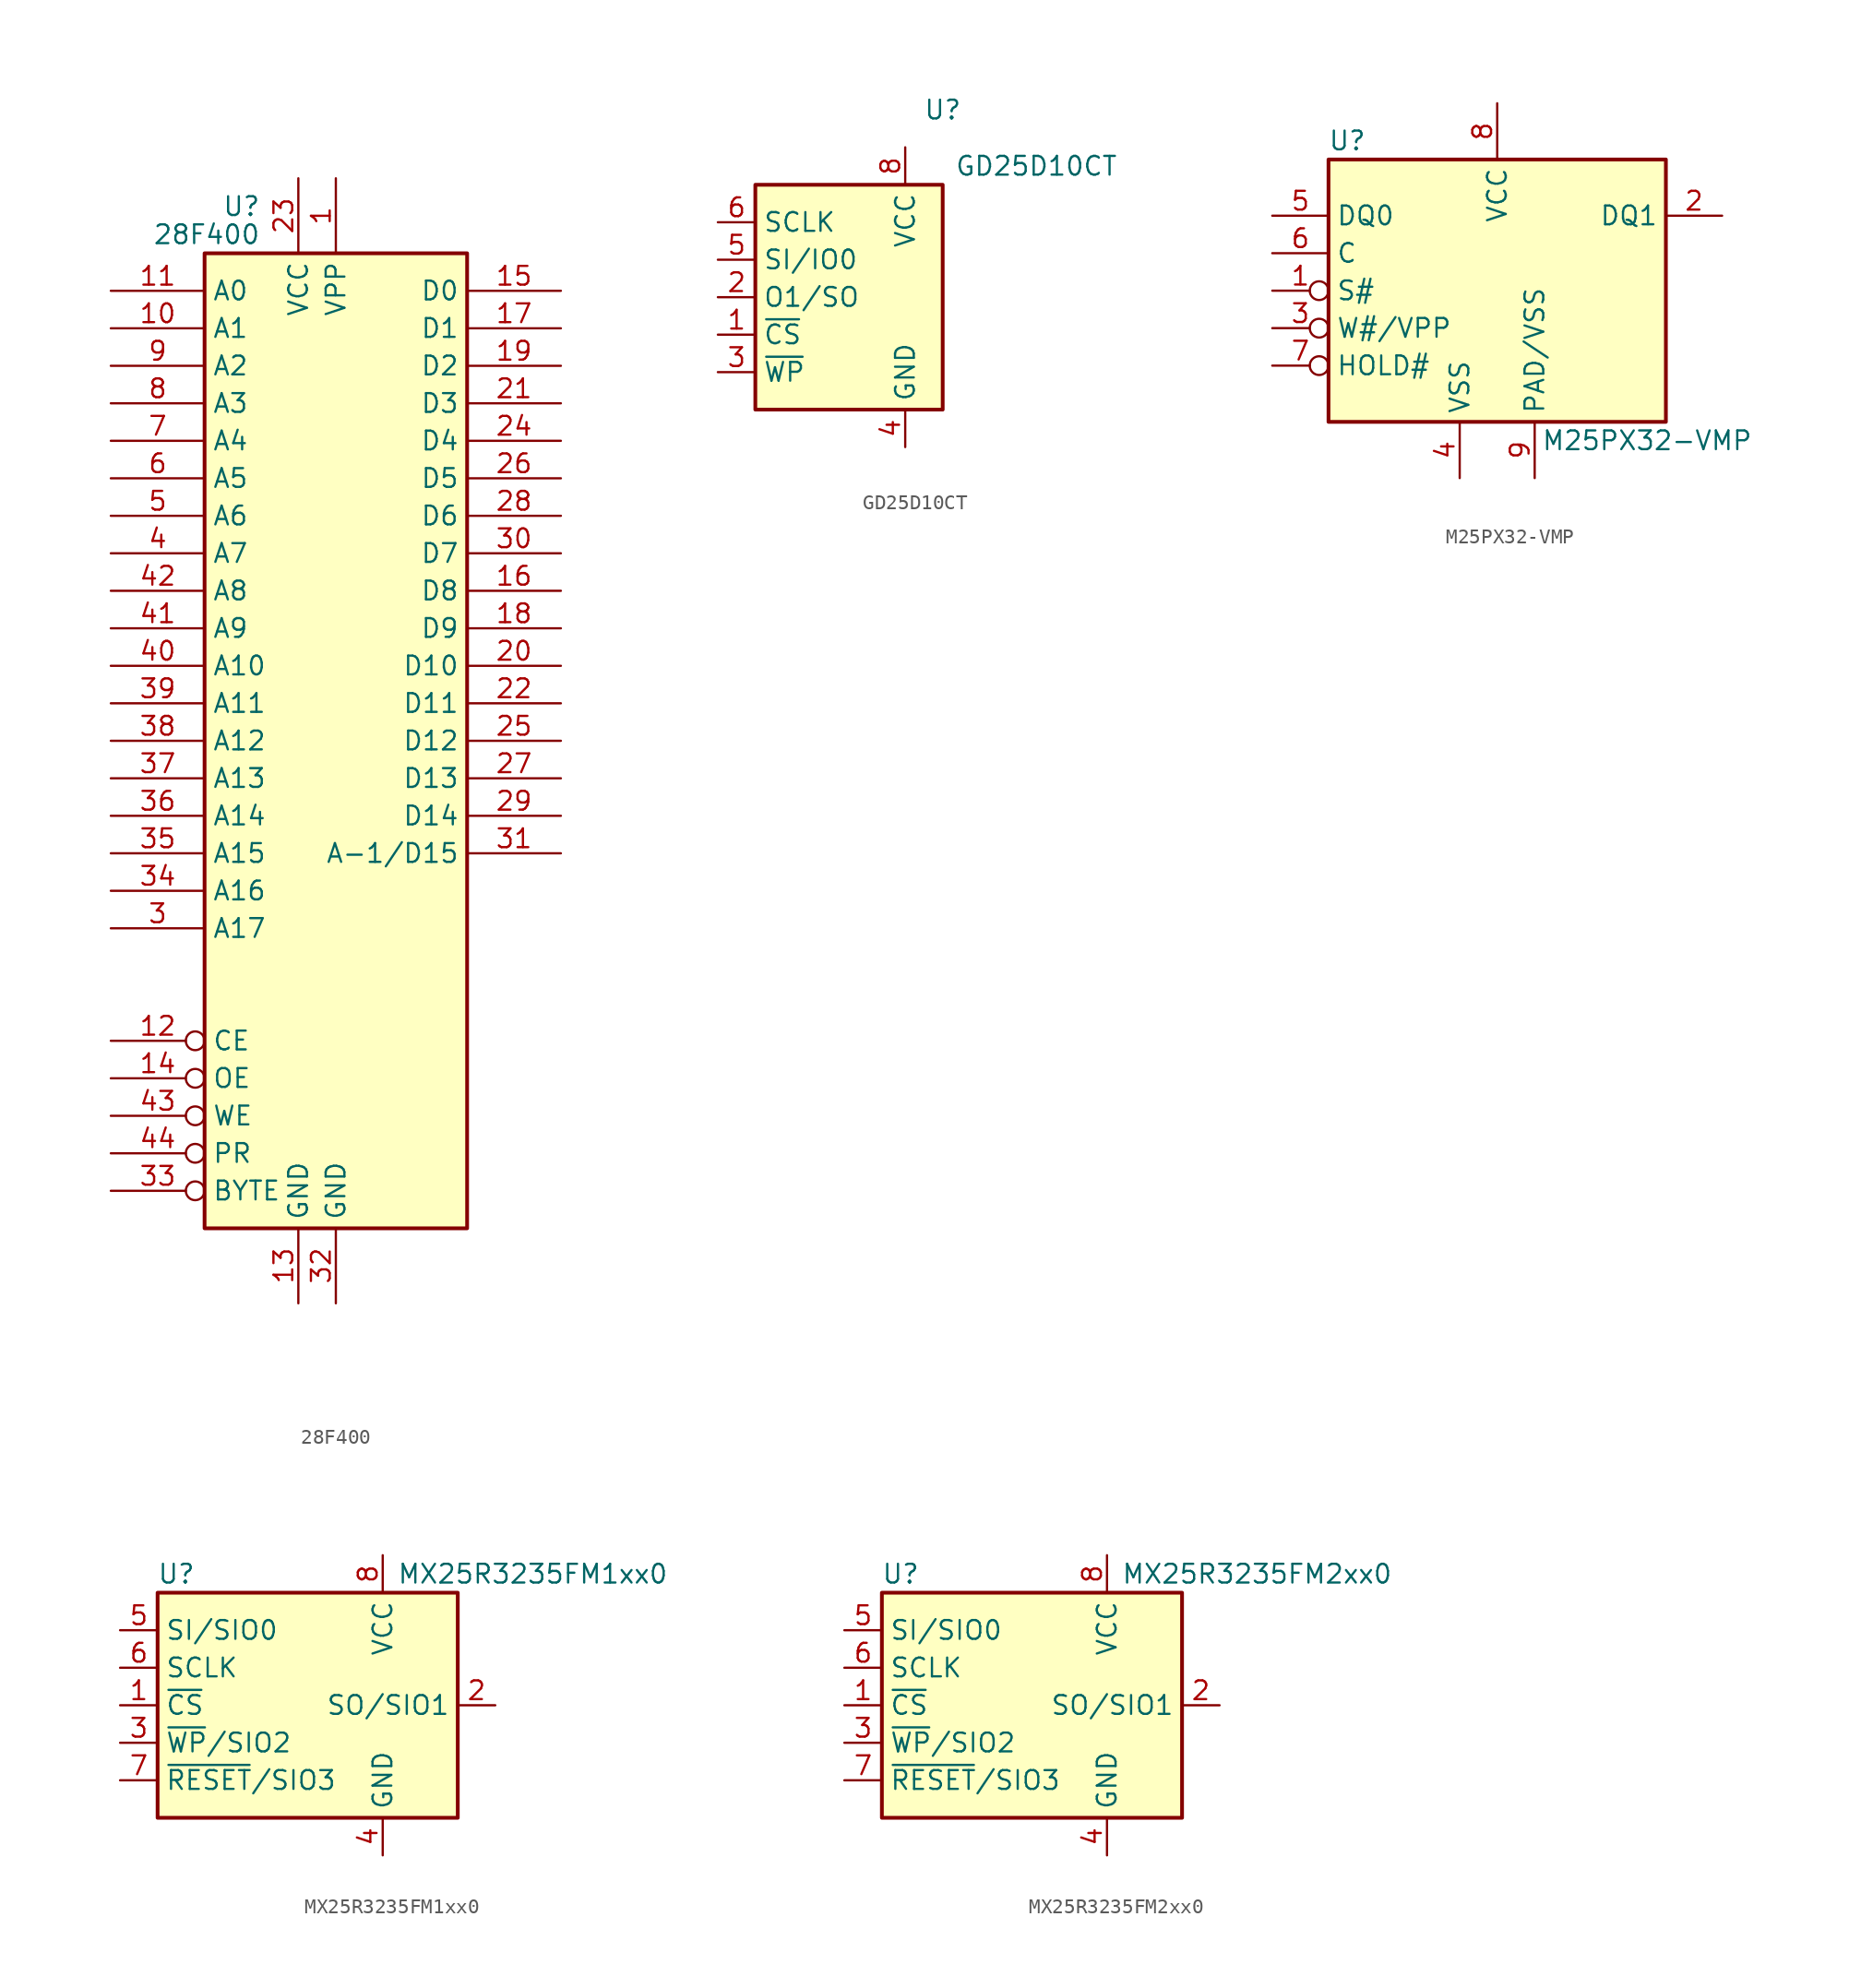
<source format=kicad_sym>
(kicad_symbol_lib
  (version 20220914)
  (generator kicad_symbol_editor)
  (symbol "28F400"
    (property "Reference" "U"
      (at -5.08 36.195 0)
      (effects (font (size 1.27 1.27)) (justify right)))
    (property "Value" "28F400"
      (at -5.08 34.29 0)
      (effects (font (size 1.27 1.27)) (justify right)))
    (symbol "28F400_0_1"
      (rectangle (start -8.89 33.02) (end 8.89 -33.02) (stroke (width 0.254) (type default)) (fill (type background))))
    (symbol "28F400_1_1"
      (pin power_in line (at 0 38.1 270) (length 5.08) (name "VPP" (effects (font (size 1.27 1.27)))) (number "1" (effects (font (size 1.27 1.27)))))
      (pin input line (at -15.24 27.94 0) (length 6.35) (name "A1" (effects (font (size 1.27 1.27)))) (number "10" (effects (font (size 1.27 1.27)))))
      (pin input line (at -15.24 30.48 0) (length 6.35) (name "A0" (effects (font (size 1.27 1.27)))) (number "11" (effects (font (size 1.27 1.27)))))
      (pin input inverted (at -15.24 -20.32 0) (length 6.35) (name "CE" (effects (font (size 1.27 1.27)))) (number "12" (effects (font (size 1.27 1.27)))))
      (pin power_in line (at -2.54 -38.1 90) (length 5.08) (name "GND" (effects (font (size 1.27 1.27)))) (number "13" (effects (font (size 1.27 1.27)))))
      (pin input inverted (at -15.24 -22.86 0) (length 6.35) (name "OE" (effects (font (size 1.27 1.27)))) (number "14" (effects (font (size 1.27 1.27)))))
      (pin tri_state line (at 15.24 30.48 180) (length 6.35) (name "D0" (effects (font (size 1.27 1.27)))) (number "15" (effects (font (size 1.27 1.27)))))
      (pin tri_state line (at 15.24 10.16 180) (length 6.35) (name "D8" (effects (font (size 1.27 1.27)))) (number "16" (effects (font (size 1.27 1.27)))))
      (pin tri_state line (at 15.24 27.94 180) (length 6.35) (name "D1" (effects (font (size 1.27 1.27)))) (number "17" (effects (font (size 1.27 1.27)))))
      (pin tri_state line (at 15.24 7.62 180) (length 6.35) (name "D9" (effects (font (size 1.27 1.27)))) (number "18" (effects (font (size 1.27 1.27)))))
      (pin tri_state line (at 15.24 25.4 180) (length 6.35) (name "D2" (effects (font (size 1.27 1.27)))) (number "19" (effects (font (size 1.27 1.27)))))
      (pin no_connect line (at 15.24 -30.48 180) (length 6.35) hide (name "DU" (effects (font (size 1.27 1.27)))) (number "2" (effects (font (size 1.27 1.27)))))
      (pin tri_state line (at 15.24 5.08 180) (length 6.35) (name "D10" (effects (font (size 1.27 1.27)))) (number "20" (effects (font (size 1.27 1.27)))))
      (pin tri_state line (at 15.24 22.86 180) (length 6.35) (name "D3" (effects (font (size 1.27 1.27)))) (number "21" (effects (font (size 1.27 1.27)))))
      (pin tri_state line (at 15.24 2.54 180) (length 6.35) (name "D11" (effects (font (size 1.27 1.27)))) (number "22" (effects (font (size 1.27 1.27)))))
      (pin power_in line (at -2.54 38.1 270) (length 5.08) (name "VCC" (effects (font (size 1.27 1.27)))) (number "23" (effects (font (size 1.27 1.27)))))
      (pin tri_state line (at 15.24 20.32 180) (length 6.35) (name "D4" (effects (font (size 1.27 1.27)))) (number "24" (effects (font (size 1.27 1.27)))))
      (pin tri_state line (at 15.24 0 180) (length 6.35) (name "D12" (effects (font (size 1.27 1.27)))) (number "25" (effects (font (size 1.27 1.27)))))
      (pin tri_state line (at 15.24 17.78 180) (length 6.35) (name "D5" (effects (font (size 1.27 1.27)))) (number "26" (effects (font (size 1.27 1.27)))))
      (pin tri_state line (at 15.24 -2.54 180) (length 6.35) (name "D13" (effects (font (size 1.27 1.27)))) (number "27" (effects (font (size 1.27 1.27)))))
      (pin tri_state line (at 15.24 15.24 180) (length 6.35) (name "D6" (effects (font (size 1.27 1.27)))) (number "28" (effects (font (size 1.27 1.27)))))
      (pin tri_state line (at 15.24 -5.08 180) (length 6.35) (name "D14" (effects (font (size 1.27 1.27)))) (number "29" (effects (font (size 1.27 1.27)))))
      (pin input line (at -15.24 -12.7 0) (length 6.35) (name "A17" (effects (font (size 1.27 1.27)))) (number "3" (effects (font (size 1.27 1.27)))))
      (pin tri_state line (at 15.24 12.7 180) (length 6.35) (name "D7" (effects (font (size 1.27 1.27)))) (number "30" (effects (font (size 1.27 1.27)))))
      (pin tri_state line (at 15.24 -7.62 180) (length 6.35) (name "A-1/D15" (effects (font (size 1.27 1.27)))) (number "31" (effects (font (size 1.27 1.27)))))
      (pin power_in line (at 0 -38.1 90) (length 5.08) (name "GND" (effects (font (size 1.27 1.27)))) (number "32" (effects (font (size 1.27 1.27)))))
      (pin input inverted (at -15.24 -30.48 0) (length 6.35) (name "BYTE" (effects (font (size 1.27 1.27)))) (number "33" (effects (font (size 1.27 1.27)))))
      (pin input line (at -15.24 -10.16 0) (length 6.35) (name "A16" (effects (font (size 1.27 1.27)))) (number "34" (effects (font (size 1.27 1.27)))))
      (pin input line (at -15.24 -7.62 0) (length 6.35) (name "A15" (effects (font (size 1.27 1.27)))) (number "35" (effects (font (size 1.27 1.27)))))
      (pin input line (at -15.24 -5.08 0) (length 6.35) (name "A14" (effects (font (size 1.27 1.27)))) (number "36" (effects (font (size 1.27 1.27)))))
      (pin input line (at -15.24 -2.54 0) (length 6.35) (name "A13" (effects (font (size 1.27 1.27)))) (number "37" (effects (font (size 1.27 1.27)))))
      (pin input line (at -15.24 0 0) (length 6.35) (name "A12" (effects (font (size 1.27 1.27)))) (number "38" (effects (font (size 1.27 1.27)))))
      (pin input line (at -15.24 2.54 0) (length 6.35) (name "A11" (effects (font (size 1.27 1.27)))) (number "39" (effects (font (size 1.27 1.27)))))
      (pin input line (at -15.24 12.7 0) (length 6.35) (name "A7" (effects (font (size 1.27 1.27)))) (number "4" (effects (font (size 1.27 1.27)))))
      (pin input line (at -15.24 5.08 0) (length 6.35) (name "A10" (effects (font (size 1.27 1.27)))) (number "40" (effects (font (size 1.27 1.27)))))
      (pin input line (at -15.24 7.62 0) (length 6.35) (name "A9" (effects (font (size 1.27 1.27)))) (number "41" (effects (font (size 1.27 1.27)))))
      (pin input line (at -15.24 10.16 0) (length 6.35) (name "A8" (effects (font (size 1.27 1.27)))) (number "42" (effects (font (size 1.27 1.27)))))
      (pin input inverted (at -15.24 -25.4 0) (length 6.35) (name "WE" (effects (font (size 1.27 1.27)))) (number "43" (effects (font (size 1.27 1.27)))))
      (pin input inverted (at -15.24 -27.94 0) (length 6.35) (name "PR" (effects (font (size 1.27 1.27)))) (number "44" (effects (font (size 1.27 1.27)))))
      (pin input line (at -15.24 15.24 0) (length 6.35) (name "A6" (effects (font (size 1.27 1.27)))) (number "5" (effects (font (size 1.27 1.27)))))
      (pin input line (at -15.24 17.78 0) (length 6.35) (name "A5" (effects (font (size 1.27 1.27)))) (number "6" (effects (font (size 1.27 1.27)))))
      (pin input line (at -15.24 20.32 0) (length 6.35) (name "A4" (effects (font (size 1.27 1.27)))) (number "7" (effects (font (size 1.27 1.27)))))
      (pin input line (at -15.24 22.86 0) (length 6.35) (name "A3" (effects (font (size 1.27 1.27)))) (number "8" (effects (font (size 1.27 1.27)))))
      (pin input line (at -15.24 25.4 0) (length 6.35) (name "A2" (effects (font (size 1.27 1.27)))) (number "9" (effects (font (size 1.27 1.27)))))))
  (symbol "GD25D10CT"
    (property "Reference" "U"
      (at 2.54 12.7 0)
      (effects (font (size 1.27 1.27))))
    (property "Value" "GD25D10CT"
      (at 8.89 8.89 0)
      (effects (font (size 1.27 1.27))))
    (symbol "GD25D10CT_1_1"
      (rectangle (start -10.16 7.62) (end 2.54 -7.62) (stroke (width 0.254) (type default)) (fill (type background)))
      (pin input line (at -12.7 -2.54 0) (length 2.54) (name "~{CS}" (effects (font (size 1.27 1.27)))) (number "1" (effects (font (size 1.27 1.27)))))
      (pin output line (at -12.7 0 0) (length 2.54) (name "O1/SO" (effects (font (size 1.27 1.27)))) (number "2" (effects (font (size 1.27 1.27)))))
      (pin input line (at -12.7 -5.08 0) (length 2.54) (name "~{WP}" (effects (font (size 1.27 1.27)))) (number "3" (effects (font (size 1.27 1.27)))))
      (pin power_in line (at 0 -10.16 90) (length 2.54) (name "GND" (effects (font (size 1.27 1.27)))) (number "4" (effects (font (size 1.27 1.27)))))
      (pin bidirectional line (at -12.7 2.54 0) (length 2.54) (name "SI/IO0" (effects (font (size 1.27 1.27)))) (number "5" (effects (font (size 1.27 1.27)))))
      (pin input line (at -12.7 5.08 0) (length 2.54) (name "SCLK" (effects (font (size 1.27 1.27)))) (number "6" (effects (font (size 1.27 1.27)))))
      (pin no_connect line (at 10.16 -6.35 180) (length 2.54) hide (name "NC" (effects (font (size 1.27 1.27)))) (number "7" (effects (font (size 1.27 1.27)))))
      (pin power_in line (at 0 10.16 270) (length 2.54) (name "VCC" (effects (font (size 1.27 1.27)))) (number "8" (effects (font (size 1.27 1.27)))))))
  (symbol "M25PX32-VMP"
    (property "Reference" "U"
      (at -10.16 10.16 0)
      (effects (font (size 1.27 1.27))))
    (property "Value" "M25PX32-VMP"
      (at 10.16 -10.16 0)
      (effects (font (size 1.27 1.27))))
    (symbol "M25PX32-VMP_0_1"
      (rectangle (start -11.43 8.89) (end 11.43 -8.89) (stroke (width 0.254) (type default)) (fill (type background))))
    (symbol "M25PX32-VMP_1_1"
      (pin input inverted (at -15.24 0 0) (length 3.81) (name "S#" (effects (font (size 1.27 1.27)))) (number "1" (effects (font (size 1.27 1.27)))))
      (pin bidirectional line (at 15.24 5.08 180) (length 3.81) (name "DQ1" (effects (font (size 1.27 1.27)))) (number "2" (effects (font (size 1.27 1.27)))))
      (pin input inverted (at -15.24 -2.54 0) (length 3.81) (name "W#/VPP" (effects (font (size 1.27 1.27)))) (number "3" (effects (font (size 1.27 1.27)))))
      (pin power_in line (at -2.54 -12.7 90) (length 3.81) (name "VSS" (effects (font (size 1.27 1.27)))) (number "4" (effects (font (size 1.27 1.27)))))
      (pin bidirectional line (at -15.24 5.08 0) (length 3.81) (name "DQ0" (effects (font (size 1.27 1.27)))) (number "5" (effects (font (size 1.27 1.27)))))
      (pin input line (at -15.24 2.54 0) (length 3.81) (name "C" (effects (font (size 1.27 1.27)))) (number "6" (effects (font (size 1.27 1.27)))))
      (pin input inverted (at -15.24 -5.08 0) (length 3.81) (name "HOLD#" (effects (font (size 1.27 1.27)))) (number "7" (effects (font (size 1.27 1.27)))))
      (pin power_in line (at 0 12.7 270) (length 3.81) (name "VCC" (effects (font (size 1.27 1.27)))) (number "8" (effects (font (size 1.27 1.27)))))
      (pin power_in line (at 2.54 -12.7 90) (length 3.81) (name "PAD/VSS" (effects (font (size 1.27 1.27)))) (number "9" (effects (font (size 1.27 1.27)))))))
  (symbol "MX25R3235FM1xx0"
    (property "Reference" "U"
      (at -8.89 8.89 0)
      (effects (font (size 1.27 1.27))))
    (property "Value" "MX25R3235FM1xx0"
      (at 15.24 8.89 0)
      (effects (font (size 1.27 1.27))))
    (symbol "MX25R3235FM1xx0_1_1"
      (rectangle (start -10.16 7.62) (end 10.16 -7.62) (stroke (width 0.254) (type default)) (fill (type background)))
      (pin input line (at -12.7 0 0) (length 2.54) (name "~{CS}" (effects (font (size 1.27 1.27)))) (number "1" (effects (font (size 1.27 1.27)))))
      (pin bidirectional line (at 12.7 0 180) (length 2.54) (name "SO/SIO1" (effects (font (size 1.27 1.27)))) (number "2" (effects (font (size 1.27 1.27)))))
      (pin bidirectional line (at -12.7 -2.54 0) (length 2.54) (name "~{WP}/SIO2" (effects (font (size 1.27 1.27)))) (number "3" (effects (font (size 1.27 1.27)))))
      (pin power_in line (at 5.08 -10.16 90) (length 2.54) (name "GND" (effects (font (size 1.27 1.27)))) (number "4" (effects (font (size 1.27 1.27)))))
      (pin bidirectional line (at -12.7 5.08 0) (length 2.54) (name "SI/SIO0" (effects (font (size 1.27 1.27)))) (number "5" (effects (font (size 1.27 1.27)))))
      (pin input line (at -12.7 2.54 0) (length 2.54) (name "SCLK" (effects (font (size 1.27 1.27)))) (number "6" (effects (font (size 1.27 1.27)))))
      (pin bidirectional line (at -12.7 -5.08 0) (length 2.54) (name "~{RESET}/SIO3" (effects (font (size 1.27 1.27)))) (number "7" (effects (font (size 1.27 1.27)))))
      (pin power_in line (at 5.08 10.16 270) (length 2.54) (name "VCC" (effects (font (size 1.27 1.27)))) (number "8" (effects (font (size 1.27 1.27)))))))
  (symbol "MX25R3235FM2xx0"
    (property "Reference" "U"
      (at -8.89 8.89 0)
      (effects (font (size 1.27 1.27))))
    (property "Value" "MX25R3235FM2xx0"
      (at 15.24 8.89 0)
      (effects (font (size 1.27 1.27))))
    (symbol "MX25R3235FM2xx0_1_1"
      (rectangle (start -10.16 7.62) (end 10.16 -7.62) (stroke (width 0.254) (type default)) (fill (type background)))
      (pin input line (at -12.7 0 0) (length 2.54) (name "~{CS}" (effects (font (size 1.27 1.27)))) (number "1" (effects (font (size 1.27 1.27)))))
      (pin bidirectional line (at 12.7 0 180) (length 2.54) (name "SO/SIO1" (effects (font (size 1.27 1.27)))) (number "2" (effects (font (size 1.27 1.27)))))
      (pin bidirectional line (at -12.7 -2.54 0) (length 2.54) (name "~{WP}/SIO2" (effects (font (size 1.27 1.27)))) (number "3" (effects (font (size 1.27 1.27)))))
      (pin power_in line (at 5.08 -10.16 90) (length 2.54) (name "GND" (effects (font (size 1.27 1.27)))) (number "4" (effects (font (size 1.27 1.27)))))
      (pin bidirectional line (at -12.7 5.08 0) (length 2.54) (name "SI/SIO0" (effects (font (size 1.27 1.27)))) (number "5" (effects (font (size 1.27 1.27)))))
      (pin input line (at -12.7 2.54 0) (length 2.54) (name "SCLK" (effects (font (size 1.27 1.27)))) (number "6" (effects (font (size 1.27 1.27)))))
      (pin bidirectional line (at -12.7 -5.08 0) (length 2.54) (name "~{RESET}/SIO3" (effects (font (size 1.27 1.27)))) (number "7" (effects (font (size 1.27 1.27)))))
      (pin power_in line (at 5.08 10.16 270) (length 2.54) (name "VCC" (effects (font (size 1.27 1.27)))) (number "8" (effects (font (size 1.27 1.27))))))))
</source>
